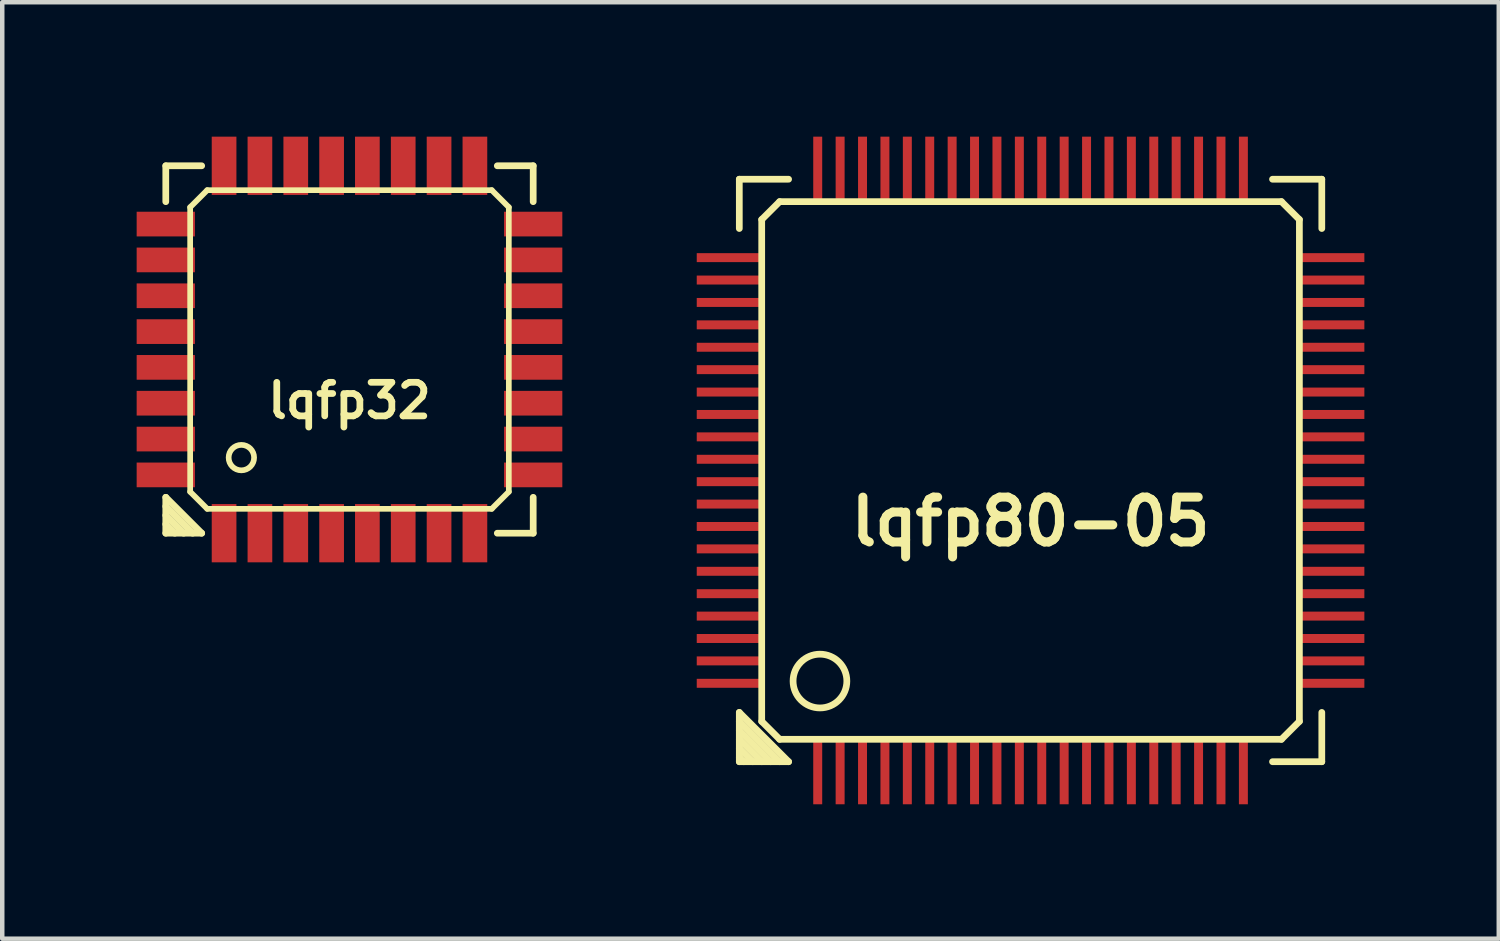
<source format=kicad_pcb>
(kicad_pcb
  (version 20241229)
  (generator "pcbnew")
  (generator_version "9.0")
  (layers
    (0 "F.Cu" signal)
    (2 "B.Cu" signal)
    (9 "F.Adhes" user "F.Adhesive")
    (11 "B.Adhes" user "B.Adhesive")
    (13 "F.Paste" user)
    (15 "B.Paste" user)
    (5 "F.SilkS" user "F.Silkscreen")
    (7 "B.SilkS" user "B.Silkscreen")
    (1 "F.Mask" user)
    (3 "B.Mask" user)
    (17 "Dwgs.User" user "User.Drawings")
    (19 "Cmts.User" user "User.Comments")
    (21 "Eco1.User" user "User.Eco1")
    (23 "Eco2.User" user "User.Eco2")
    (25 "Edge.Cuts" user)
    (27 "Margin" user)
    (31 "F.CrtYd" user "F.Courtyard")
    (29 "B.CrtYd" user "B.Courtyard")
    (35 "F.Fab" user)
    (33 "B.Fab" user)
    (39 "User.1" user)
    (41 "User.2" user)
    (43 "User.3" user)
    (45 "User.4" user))
  (footprint "lqfp32"
    (layer "F.Cu")
    (at 4.75 4.75)
    (property "Reference" "lqfp32" (at 0 1.143 0) (layer "F.SilkS") (effects (font (size 0.749 0.749) (thickness 0.15))))
    (attr through_hole)
    (fp_line (start -4.1 -4.1) (end -3.299 -4.1) (stroke (width 0.15) (type solid)) (layer "F.SilkS"))
    (fp_line (start -4.1 -3.299) (end -4.1 -4.1) (stroke (width 0.15) (type solid)) (layer "F.SilkS"))
    (fp_line (start -4.1 3.299) (end -3.299 4.1) (stroke (width 0.15) (type solid)) (layer "F.SilkS"))
    (fp_line (start -4.1 3.701) (end -3.701 4.1) (stroke (width 0.15) (type solid)) (layer "F.SilkS"))
    (fp_line (start -4.1 4.1) (end -4.1 3.299) (stroke (width 0.15) (type solid)) (layer "F.SilkS"))
    (fp_line (start -3.899 4.1) (end -4.1 3.899) (stroke (width 0.15) (type solid)) (layer "F.SilkS"))
    (fp_line (start -3.556 -3.175) (end -3.175 -3.556) (stroke (width 0.127) (type solid)) (layer "F.SilkS"))
    (fp_line (start -3.556 3.175) (end -3.556 -3.175) (stroke (width 0.127) (type solid)) (layer "F.SilkS"))
    (fp_line (start -3.5 4.1) (end -4.1 3.5) (stroke (width 0.15) (type solid)) (layer "F.SilkS"))
    (fp_line (start -3.299 4.1) (end -4.1 4.1) (stroke (width 0.15) (type solid)) (layer "F.SilkS"))
    (fp_line (start -3.175 -3.556) (end 3.175 -3.556) (stroke (width 0.127) (type solid)) (layer "F.SilkS"))
    (fp_line (start -3.175 3.556) (end -3.556 3.175) (stroke (width 0.127) (type solid)) (layer "F.SilkS"))
    (fp_line (start 3.175 -3.556) (end 3.556 -3.175) (stroke (width 0.127) (type solid)) (layer "F.SilkS"))
    (fp_line (start 3.175 3.556) (end -3.175 3.556) (stroke (width 0.127) (type solid)) (layer "F.SilkS"))
    (fp_line (start 3.299 -4.1) (end 4.1 -4.1) (stroke (width 0.15) (type solid)) (layer "F.SilkS"))
    (fp_line (start 3.556 -3.175) (end 3.556 3.175) (stroke (width 0.127) (type solid)) (layer "F.SilkS"))
    (fp_line (start 3.556 3.175) (end 3.175 3.556) (stroke (width 0.127) (type solid)) (layer "F.SilkS"))
    (fp_line (start 4.1 -4.1) (end 4.1 -3.299) (stroke (width 0.15) (type solid)) (layer "F.SilkS"))
    (fp_line (start 4.1 3.299) (end 4.1 4.1) (stroke (width 0.15) (type solid)) (layer "F.SilkS"))
    (fp_line (start 4.1 4.1) (end 3.299 4.1) (stroke (width 0.15) (type solid)) (layer "F.SilkS"))
    (fp_circle (center -2.413 2.413) (end -2.667 2.54) (stroke (width 0.127) (type solid)) (fill no) (layer "F.SilkS"))
    (pad "1" smd rect (at -2.799 4.1) (size 0.551 1.3) (layers "F.Cu" "F.Mask" "F.Paste"))
    (pad "2" smd rect (at -1.999 4.1) (size 0.551 1.3) (layers "F.Cu" "F.Mask" "F.Paste"))
    (pad "3" smd rect (at -1.199 4.1) (size 0.551 1.3) (layers "F.Cu" "F.Mask" "F.Paste"))
    (pad "4" smd rect (at -0.399 4.1) (size 0.551 1.3) (layers "F.Cu" "F.Mask" "F.Paste"))
    (pad "5" smd rect (at 0.399 4.1) (size 0.551 1.3) (layers "F.Cu" "F.Mask" "F.Paste"))
    (pad "6" smd rect (at 1.199 4.1) (size 0.551 1.3) (layers "F.Cu" "F.Mask" "F.Paste"))
    (pad "7" smd rect (at 1.999 4.1) (size 0.551 1.3) (layers "F.Cu" "F.Mask" "F.Paste"))
    (pad "8" smd rect (at 2.799 4.1) (size 0.551 1.3) (layers "F.Cu" "F.Mask" "F.Paste"))
    (pad "9" smd rect (at 4.1 2.799) (size 1.3 0.551) (layers "F.Cu" "F.Mask" "F.Paste"))
    (pad "10" smd rect (at 4.1 1.999) (size 1.3 0.551) (layers "F.Cu" "F.Mask" "F.Paste"))
    (pad "11" smd rect (at 4.1 1.199) (size 1.3 0.551) (layers "F.Cu" "F.Mask" "F.Paste"))
    (pad "12" smd rect (at 4.1 0.399) (size 1.3 0.551) (layers "F.Cu" "F.Mask" "F.Paste"))
    (pad "13" smd rect (at 4.1 -0.399) (size 1.3 0.551) (layers "F.Cu" "F.Mask" "F.Paste"))
    (pad "14" smd rect (at 4.1 -1.199) (size 1.3 0.551) (layers "F.Cu" "F.Mask" "F.Paste"))
    (pad "15" smd rect (at 4.1 -1.999) (size 1.3 0.551) (layers "F.Cu" "F.Mask" "F.Paste"))
    (pad "16" smd rect (at 4.1 -2.799) (size 1.3 0.551) (layers "F.Cu" "F.Mask" "F.Paste"))
    (pad "17" smd rect (at 2.799 -4.1) (size 0.551 1.3) (layers "F.Cu" "F.Mask" "F.Paste"))
    (pad "18" smd rect (at 1.999 -4.1) (size 0.551 1.3) (layers "F.Cu" "F.Mask" "F.Paste"))
    (pad "19" smd rect (at 1.199 -4.1) (size 0.551 1.3) (layers "F.Cu" "F.Mask" "F.Paste"))
    (pad "20" smd rect (at 0.399 -4.1) (size 0.551 1.3) (layers "F.Cu" "F.Mask" "F.Paste"))
    (pad "21" smd rect (at -0.399 -4.1) (size 0.551 1.3) (layers "F.Cu" "F.Mask" "F.Paste"))
    (pad "22" smd rect (at -1.199 -4.1) (size 0.551 1.3) (layers "F.Cu" "F.Mask" "F.Paste"))
    (pad "23" smd rect (at -1.999 -4.1) (size 0.551 1.3) (layers "F.Cu" "F.Mask" "F.Paste"))
    (pad "24" smd rect (at -2.799 -4.1) (size 0.551 1.3) (layers "F.Cu" "F.Mask" "F.Paste"))
    (pad "25" smd rect (at -4.1 -2.799) (size 1.3 0.551) (layers "F.Cu" "F.Mask" "F.Paste"))
    (pad "26" smd rect (at -4.1 -1.999) (size 1.3 0.551) (layers "F.Cu" "F.Mask" "F.Paste"))
    (pad "27" smd rect (at -4.1 -1.199) (size 1.3 0.551) (layers "F.Cu" "F.Mask" "F.Paste"))
    (pad "28" smd rect (at -4.1 -0.399) (size 1.3 0.551) (layers "F.Cu" "F.Mask" "F.Paste"))
    (pad "29" smd rect (at -4.1 0.399) (size 1.3 0.551) (layers "F.Cu" "F.Mask" "F.Paste"))
    (pad "30" smd rect (at -4.1 1.199) (size 1.3 0.551) (layers "F.Cu" "F.Mask" "F.Paste"))
    (pad "31" smd rect (at -4.1 1.999) (size 1.3 0.551) (layers "F.Cu" "F.Mask" "F.Paste"))
    (pad "32" smd rect (at -4.1 2.799) (size 1.3 0.551) (layers "F.Cu" "F.Mask" "F.Paste")))
  (footprint "lqfp80-05"
    (layer "F.Cu")
    (at 19.95 7.45)
    (property "Reference" "lqfp80-05" (at 0 1.143 0) (layer "F.SilkS") (effects (font (size 1.001 1.001) (thickness 0.201))))
    (attr through_hole)
    (fp_line (start -6.5 -6.5) (end -5.4 -6.5) (stroke (width 0.15) (type solid)) (layer "F.SilkS"))
    (fp_line (start -6.5 -5.4) (end -6.5 -6.5) (stroke (width 0.15) (type solid)) (layer "F.SilkS"))
    (fp_line (start -6.5 5.4) (end -6.5 6.5) (stroke (width 0.15) (type solid)) (layer "F.SilkS"))
    (fp_line (start -6.5 5.601) (end -5.601 6.5) (stroke (width 0.15) (type solid)) (layer "F.SilkS"))
    (fp_line (start -6.5 5.999) (end -5.999 6.5) (stroke (width 0.15) (type solid)) (layer "F.SilkS"))
    (fp_line (start -6.5 6.401) (end -6.401 6.5) (stroke (width 0.15) (type solid)) (layer "F.SilkS"))
    (fp_line (start -6.5 6.5) (end -5.4 6.5) (stroke (width 0.15) (type solid)) (layer "F.SilkS"))
    (fp_line (start -6.2 6.5) (end -6.5 6.2) (stroke (width 0.15) (type solid)) (layer "F.SilkS"))
    (fp_line (start -6 -5.6) (end -6 5.6) (stroke (width 0.15) (type solid)) (layer "F.SilkS"))
    (fp_line (start -6 5.6) (end -5.6 6) (stroke (width 0.15) (type solid)) (layer "F.SilkS"))
    (fp_line (start -5.801 6.5) (end -6.5 5.801) (stroke (width 0.15) (type solid)) (layer "F.SilkS"))
    (fp_line (start -5.6 -6) (end -6 -5.6) (stroke (width 0.15) (type solid)) (layer "F.SilkS"))
    (fp_line (start -5.6 6) (end 5.6 6) (stroke (width 0.15) (type solid)) (layer "F.SilkS"))
    (fp_line (start -5.4 6.5) (end -6.5 5.4) (stroke (width 0.15) (type solid)) (layer "F.SilkS"))
    (fp_line (start 5.4 6.5) (end 6.5 6.5) (stroke (width 0.15) (type solid)) (layer "F.SilkS"))
    (fp_line (start 5.6 -6) (end -5.6 -6) (stroke (width 0.15) (type solid)) (layer "F.SilkS"))
    (fp_line (start 5.6 6) (end 6 5.6) (stroke (width 0.15) (type solid)) (layer "F.SilkS"))
    (fp_line (start 6 -5.6) (end 5.6 -6) (stroke (width 0.15) (type solid)) (layer "F.SilkS"))
    (fp_line (start 6 5.6) (end 6 -5.6) (stroke (width 0.15) (type solid)) (layer "F.SilkS"))
    (fp_line (start 6.5 -6.5) (end 5.4 -6.5) (stroke (width 0.15) (type solid)) (layer "F.SilkS"))
    (fp_line (start 6.5 -6.5) (end 6.5 -5.4) (stroke (width 0.15) (type solid)) (layer "F.SilkS"))
    (fp_line (start 6.5 6.5) (end 6.5 5.4) (stroke (width 0.15) (type solid)) (layer "F.SilkS"))
    (fp_circle (center -4.7 4.7) (end -4.1 4.7) (stroke (width 0.15) (type solid)) (fill no) (layer "F.SilkS"))
    (pad "1" smd rect (at -4.75 6.7) (size 0.2 1.5) (layers "F.Cu" "F.Mask" "F.Paste"))
    (pad "2" smd rect (at -4.25 6.7) (size 0.2 1.5) (layers "F.Cu" "F.Mask" "F.Paste"))
    (pad "3" smd rect (at -3.75 6.7) (size 0.2 1.5) (layers "F.Cu" "F.Mask" "F.Paste"))
    (pad "4" smd rect (at -3.25 6.7) (size 0.2 1.5) (layers "F.Cu" "F.Mask" "F.Paste"))
    (pad "5" smd rect (at -2.75 6.7) (size 0.2 1.5) (layers "F.Cu" "F.Mask" "F.Paste"))
    (pad "6" smd rect (at -2.25 6.7) (size 0.2 1.5) (layers "F.Cu" "F.Mask" "F.Paste"))
    (pad "7" smd rect (at -1.75 6.7) (size 0.2 1.5) (layers "F.Cu" "F.Mask" "F.Paste"))
    (pad "8" smd rect (at -1.25 6.7) (size 0.2 1.5) (layers "F.Cu" "F.Mask" "F.Paste"))
    (pad "9" smd rect (at -0.75 6.7) (size 0.2 1.5) (layers "F.Cu" "F.Mask" "F.Paste"))
    (pad "10" smd rect (at -0.25 6.7) (size 0.2 1.5) (layers "F.Cu" "F.Mask" "F.Paste"))
    (pad "11" smd rect (at 0.25 6.7) (size 0.2 1.5) (layers "F.Cu" "F.Mask" "F.Paste"))
    (pad "12" smd rect (at 0.75 6.7) (size 0.2 1.5) (layers "F.Cu" "F.Mask" "F.Paste"))
    (pad "13" smd rect (at 1.25 6.7) (size 0.2 1.5) (layers "F.Cu" "F.Mask" "F.Paste"))
    (pad "14" smd rect (at 1.75 6.7) (size 0.2 1.5) (layers "F.Cu" "F.Mask" "F.Paste"))
    (pad "15" smd rect (at 2.25 6.7) (size 0.2 1.5) (layers "F.Cu" "F.Mask" "F.Paste"))
    (pad "16" smd rect (at 2.75 6.7) (size 0.2 1.5) (layers "F.Cu" "F.Mask" "F.Paste"))
    (pad "17" smd rect (at 3.25 6.7) (size 0.2 1.5) (layers "F.Cu" "F.Mask" "F.Paste"))
    (pad "18" smd rect (at 3.75 6.7) (size 0.2 1.5) (layers "F.Cu" "F.Mask" "F.Paste"))
    (pad "19" smd rect (at 4.25 6.7) (size 0.2 1.5) (layers "F.Cu" "F.Mask" "F.Paste"))
    (pad "20" smd rect (at 4.75 6.7) (size 0.2 1.5) (layers "F.Cu" "F.Mask" "F.Paste"))
    (pad "21" smd rect (at 6.7 4.75) (size 1.5 0.2) (layers "F.Cu" "F.Mask" "F.Paste"))
    (pad "22" smd rect (at 6.7 4.25) (size 1.5 0.2) (layers "F.Cu" "F.Mask" "F.Paste"))
    (pad "23" smd rect (at 6.7 3.75) (size 1.5 0.2) (layers "F.Cu" "F.Mask" "F.Paste"))
    (pad "24" smd rect (at 6.7 3.25) (size 1.5 0.2) (layers "F.Cu" "F.Mask" "F.Paste"))
    (pad "25" smd rect (at 6.7 2.75) (size 1.5 0.2) (layers "F.Cu" "F.Mask" "F.Paste"))
    (pad "26" smd rect (at 6.7 2.25) (size 1.5 0.2) (layers "F.Cu" "F.Mask" "F.Paste"))
    (pad "27" smd rect (at 6.7 1.75) (size 1.5 0.2) (layers "F.Cu" "F.Mask" "F.Paste"))
    (pad "28" smd rect (at 6.7 1.25) (size 1.5 0.2) (layers "F.Cu" "F.Mask" "F.Paste"))
    (pad "29" smd rect (at 6.7 0.75) (size 1.5 0.2) (layers "F.Cu" "F.Mask" "F.Paste"))
    (pad "30" smd rect (at 6.7 0.25) (size 1.5 0.2) (layers "F.Cu" "F.Mask" "F.Paste"))
    (pad "31" smd rect (at 6.7 -0.25) (size 1.5 0.2) (layers "F.Cu" "F.Mask" "F.Paste"))
    (pad "32" smd rect (at 6.7 -0.75) (size 1.5 0.2) (layers "F.Cu" "F.Mask" "F.Paste"))
    (pad "33" smd rect (at 6.7 -1.25) (size 1.5 0.2) (layers "F.Cu" "F.Mask" "F.Paste"))
    (pad "34" smd rect (at 6.7 -1.75) (size 1.5 0.2) (layers "F.Cu" "F.Mask" "F.Paste"))
    (pad "35" smd rect (at 6.7 -2.25) (size 1.5 0.2) (layers "F.Cu" "F.Mask" "F.Paste"))
    (pad "36" smd rect (at 6.7 -2.75) (size 1.5 0.2) (layers "F.Cu" "F.Mask" "F.Paste"))
    (pad "37" smd rect (at 6.7 -3.25) (size 1.5 0.2) (layers "F.Cu" "F.Mask" "F.Paste"))
    (pad "38" smd rect (at 6.7 -3.75) (size 1.5 0.2) (layers "F.Cu" "F.Mask" "F.Paste"))
    (pad "39" smd rect (at 6.7 -4.25) (size 1.5 0.2) (layers "F.Cu" "F.Mask" "F.Paste"))
    (pad "40" smd rect (at 6.7 -4.75) (size 1.5 0.2) (layers "F.Cu" "F.Mask" "F.Paste"))
    (pad "41" smd rect (at 4.75 -6.7) (size 0.2 1.5) (layers "F.Cu" "F.Mask" "F.Paste"))
    (pad "42" smd rect (at 4.25 -6.7) (size 0.2 1.5) (layers "F.Cu" "F.Mask" "F.Paste"))
    (pad "43" smd rect (at 3.75 -6.7) (size 0.2 1.5) (layers "F.Cu" "F.Mask" "F.Paste"))
    (pad "44" smd rect (at 3.25 -6.7) (size 0.2 1.5) (layers "F.Cu" "F.Mask" "F.Paste"))
    (pad "45" smd rect (at 2.75 -6.7) (size 0.2 1.5) (layers "F.Cu" "F.Mask" "F.Paste"))
    (pad "46" smd rect (at 2.25 -6.7) (size 0.2 1.5) (layers "F.Cu" "F.Mask" "F.Paste"))
    (pad "47" smd rect (at 1.75 -6.7) (size 0.2 1.5) (layers "F.Cu" "F.Mask" "F.Paste"))
    (pad "48" smd rect (at 1.25 -6.7) (size 0.2 1.5) (layers "F.Cu" "F.Mask" "F.Paste"))
    (pad "49" smd rect (at 0.75 -6.7) (size 0.2 1.5) (layers "F.Cu" "F.Mask" "F.Paste"))
    (pad "50" smd rect (at 0.25 -6.7) (size 0.2 1.5) (layers "F.Cu" "F.Mask" "F.Paste"))
    (pad "51" smd rect (at -0.25 -6.7) (size 0.2 1.5) (layers "F.Cu" "F.Mask" "F.Paste"))
    (pad "52" smd rect (at -0.75 -6.7) (size 0.2 1.5) (layers "F.Cu" "F.Mask" "F.Paste"))
    (pad "53" smd rect (at -1.25 -6.7) (size 0.2 1.5) (layers "F.Cu" "F.Mask" "F.Paste"))
    (pad "54" smd rect (at -1.75 -6.7) (size 0.2 1.5) (layers "F.Cu" "F.Mask" "F.Paste"))
    (pad "55" smd rect (at -2.25 -6.7) (size 0.2 1.5) (layers "F.Cu" "F.Mask" "F.Paste"))
    (pad "56" smd rect (at -2.75 -6.7) (size 0.2 1.5) (layers "F.Cu" "F.Mask" "F.Paste"))
    (pad "57" smd rect (at -3.25 -6.7) (size 0.2 1.5) (layers "F.Cu" "F.Mask" "F.Paste"))
    (pad "58" smd rect (at -3.75 -6.7) (size 0.2 1.5) (layers "F.Cu" "F.Mask" "F.Paste"))
    (pad "59" smd rect (at -4.25 -6.7) (size 0.2 1.5) (layers "F.Cu" "F.Mask" "F.Paste"))
    (pad "60" smd rect (at -4.75 -6.7) (size 0.2 1.5) (layers "F.Cu" "F.Mask" "F.Paste"))
    (pad "61" smd rect (at -6.7 -4.75) (size 1.5 0.2) (layers "F.Cu" "F.Mask" "F.Paste"))
    (pad "62" smd rect (at -6.7 -4.25) (size 1.5 0.2) (layers "F.Cu" "F.Mask" "F.Paste"))
    (pad "63" smd rect (at -6.7 -3.75) (size 1.5 0.2) (layers "F.Cu" "F.Mask" "F.Paste"))
    (pad "64" smd rect (at -6.7 -3.25) (size 1.5 0.2) (layers "F.Cu" "F.Mask" "F.Paste"))
    (pad "65" smd rect (at -6.7 -2.75) (size 1.5 0.2) (layers "F.Cu" "F.Mask" "F.Paste"))
    (pad "66" smd rect (at -6.7 -2.25) (size 1.5 0.2) (layers "F.Cu" "F.Mask" "F.Paste"))
    (pad "67" smd rect (at -6.7 -1.75) (size 1.5 0.2) (layers "F.Cu" "F.Mask" "F.Paste"))
    (pad "68" smd rect (at -6.7 -1.25) (size 1.5 0.2) (layers "F.Cu" "F.Mask" "F.Paste"))
    (pad "69" smd rect (at -6.7 -0.75) (size 1.5 0.2) (layers "F.Cu" "F.Mask" "F.Paste"))
    (pad "70" smd rect (at -6.7 -0.25) (size 1.5 0.2) (layers "F.Cu" "F.Mask" "F.Paste"))
    (pad "71" smd rect (at -6.7 0.25) (size 1.5 0.2) (layers "F.Cu" "F.Mask" "F.Paste"))
    (pad "72" smd rect (at -6.7 0.75) (size 1.5 0.2) (layers "F.Cu" "F.Mask" "F.Paste"))
    (pad "73" smd rect (at -6.7 1.25) (size 1.5 0.2) (layers "F.Cu" "F.Mask" "F.Paste"))
    (pad "74" smd rect (at -6.7 1.75) (size 1.5 0.2) (layers "F.Cu" "F.Mask" "F.Paste"))
    (pad "75" smd rect (at -6.7 2.25) (size 1.5 0.2) (layers "F.Cu" "F.Mask" "F.Paste"))
    (pad "76" smd rect (at -6.7 2.75) (size 1.5 0.2) (layers "F.Cu" "F.Mask" "F.Paste"))
    (pad "77" smd rect (at -6.7 3.25) (size 1.5 0.2) (layers "F.Cu" "F.Mask" "F.Paste"))
    (pad "78" smd rect (at -6.7 3.75) (size 1.5 0.2) (layers "F.Cu" "F.Mask" "F.Paste"))
    (pad "79" smd rect (at -6.7 4.25) (size 1.5 0.2) (layers "F.Cu" "F.Mask" "F.Paste"))
    (pad "80" smd rect (at -6.7 4.75) (size 1.5 0.2) (layers "F.Cu" "F.Mask" "F.Paste")))
  (gr_rect
    (start -3 -3)
    (end 30.4 17.9)
    (stroke (width 0.1) (type default))
    (fill no)
    (layer "Edge.Cuts")))
</source>
